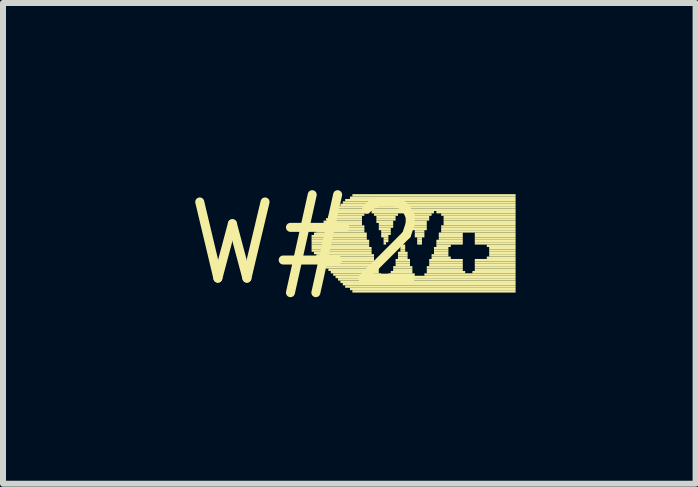
<source format=kicad_pcb>
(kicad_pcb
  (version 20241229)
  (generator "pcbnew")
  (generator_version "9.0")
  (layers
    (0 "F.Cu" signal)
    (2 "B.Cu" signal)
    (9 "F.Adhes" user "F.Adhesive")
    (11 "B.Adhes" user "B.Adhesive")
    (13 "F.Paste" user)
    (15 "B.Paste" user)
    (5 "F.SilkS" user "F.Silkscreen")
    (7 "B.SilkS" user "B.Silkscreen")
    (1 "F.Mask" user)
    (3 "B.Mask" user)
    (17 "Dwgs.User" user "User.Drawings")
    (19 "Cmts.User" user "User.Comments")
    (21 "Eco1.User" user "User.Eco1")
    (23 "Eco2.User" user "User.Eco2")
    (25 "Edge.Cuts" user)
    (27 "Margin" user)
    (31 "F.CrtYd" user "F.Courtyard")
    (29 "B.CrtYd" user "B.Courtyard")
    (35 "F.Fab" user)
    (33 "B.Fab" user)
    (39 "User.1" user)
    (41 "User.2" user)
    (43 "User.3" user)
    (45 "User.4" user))
  (footprint "W#2"
    (layer "F.Cu")
    (at 2.063 1.006)
    (property "Reference" "W#2" (at 0 0 0) (layer "F.SilkS") (effects (font (size 1.27 1.27) (thickness 0.15))))
    (fp_poly (pts (xy 0.08 -0.1) (xy 1 -0.1) (xy 1 -0.14) (xy 0.08 -0.14)) (stroke (width 0) (type default)) (fill yes) (layer "F.SilkS"))
    (fp_poly (pts (xy 0.08 -0.06) (xy 1 -0.06) (xy 1 -0.1) (xy 0.08 -0.1)) (stroke (width 0) (type default)) (fill yes) (layer "F.SilkS"))
    (fp_poly (pts (xy 0.08 -0.02) (xy 1.04 -0.02) (xy 1.04 -0.06) (xy 0.08 -0.06)) (stroke (width 0) (type default)) (fill yes) (layer "F.SilkS"))
    (fp_poly (pts (xy 0.08 0.02) (xy 1.04 0.02) (xy 1.04 -0.02) (xy 0.08 -0.02)) (stroke (width 0) (type default)) (fill yes) (layer "F.SilkS"))
    (fp_poly (pts (xy 0.08 0.06) (xy 1.04 0.06) (xy 1.04 0.02) (xy 0.08 0.02)) (stroke (width 0) (type default)) (fill yes) (layer "F.SilkS"))
    (fp_poly (pts (xy 0.08 0.1) (xy 1.08 0.1) (xy 1.08 0.06) (xy 0.08 0.06)) (stroke (width 0) (type default)) (fill yes) (layer "F.SilkS"))
    (fp_poly (pts (xy 0.08 0.14) (xy 1.08 0.14) (xy 1.08 0.1) (xy 0.08 0.1)) (stroke (width 0) (type default)) (fill yes) (layer "F.SilkS"))
    (fp_poly (pts (xy 0.12 -0.14) (xy 1 -0.14) (xy 1 -0.18) (xy 0.12 -0.18)) (stroke (width 0) (type default)) (fill yes) (layer "F.SilkS"))
    (fp_poly (pts (xy 0.12 0.18) (xy 1.08 0.18) (xy 1.08 0.14) (xy 0.12 0.14)) (stroke (width 0) (type default)) (fill yes) (layer "F.SilkS"))
    (fp_poly (pts (xy 0.16 -0.22) (xy 0.96 -0.22) (xy 0.96 -0.26) (xy 0.16 -0.26)) (stroke (width 0) (type default)) (fill yes) (layer "F.SilkS"))
    (fp_poly (pts (xy 0.16 -0.18) (xy 0.96 -0.18) (xy 0.96 -0.22) (xy 0.16 -0.22)) (stroke (width 0) (type default)) (fill yes) (layer "F.SilkS"))
    (fp_poly (pts (xy 0.16 0.22) (xy 1.12 0.22) (xy 1.12 0.18) (xy 0.16 0.18)) (stroke (width 0) (type default)) (fill yes) (layer "F.SilkS"))
    (fp_poly (pts (xy 0.16 0.26) (xy 1.12 0.26) (xy 1.12 0.22) (xy 0.16 0.22)) (stroke (width 0) (type default)) (fill yes) (layer "F.SilkS"))
    (fp_poly (pts (xy 0.2 -0.26) (xy 0.96 -0.26) (xy 0.96 -0.3) (xy 0.2 -0.3)) (stroke (width 0) (type default)) (fill yes) (layer "F.SilkS"))
    (fp_poly (pts (xy 0.2 0.3) (xy 1.12 0.3) (xy 1.12 0.26) (xy 0.2 0.26)) (stroke (width 0) (type default)) (fill yes) (layer "F.SilkS"))
    (fp_poly (pts (xy 0.24 -0.3) (xy 0.92 -0.3) (xy 0.92 -0.34) (xy 0.24 -0.34)) (stroke (width 0) (type default)) (fill yes) (layer "F.SilkS"))
    (fp_poly (pts (xy 0.24 0.34) (xy 1.16 0.34) (xy 1.16 0.3) (xy 0.24 0.3)) (stroke (width 0) (type default)) (fill yes) (layer "F.SilkS"))
    (fp_poly (pts (xy 0.28 -0.34) (xy 0.92 -0.34) (xy 0.92 -0.38) (xy 0.28 -0.38)) (stroke (width 0) (type default)) (fill yes) (layer "F.SilkS"))
    (fp_poly (pts (xy 0.28 0.38) (xy 1.16 0.38) (xy 1.16 0.34) (xy 0.28 0.34)) (stroke (width 0) (type default)) (fill yes) (layer "F.SilkS"))
    (fp_poly (pts (xy 0.32 -0.38) (xy 0.92 -0.38) (xy 0.92 -0.42) (xy 0.32 -0.42)) (stroke (width 0) (type default)) (fill yes) (layer "F.SilkS"))
    (fp_poly (pts (xy 0.32 0.42) (xy 1.2 0.42) (xy 1.2 0.38) (xy 0.32 0.38)) (stroke (width 0) (type default)) (fill yes) (layer "F.SilkS"))
    (fp_poly (pts (xy 0.36 -0.42) (xy 0.92 -0.42) (xy 0.92 -0.46) (xy 0.36 -0.46)) (stroke (width 0) (type default)) (fill yes) (layer "F.SilkS"))
    (fp_poly (pts (xy 0.36 0.46) (xy 1.2 0.46) (xy 1.2 0.42) (xy 0.36 0.42)) (stroke (width 0) (type default)) (fill yes) (layer "F.SilkS"))
    (fp_poly (pts (xy 0.4 -0.46) (xy 0.96 -0.46) (xy 0.96 -0.5) (xy 0.4 -0.5)) (stroke (width 0) (type default)) (fill yes) (layer "F.SilkS"))
    (fp_poly (pts (xy 0.4 0.5) (xy 1.2 0.5) (xy 1.2 0.46) (xy 0.4 0.46)) (stroke (width 0) (type default)) (fill yes) (layer "F.SilkS"))
    (fp_poly (pts (xy 0.44 -0.5) (xy 1.04 -0.5) (xy 1.04 -0.54) (xy 0.44 -0.54)) (stroke (width 0) (type default)) (fill yes) (layer "F.SilkS"))
    (fp_poly (pts (xy 0.44 0.54) (xy 1.24 0.54) (xy 1.24 0.5) (xy 0.44 0.5)) (stroke (width 0) (type default)) (fill yes) (layer "F.SilkS"))
    (fp_poly (pts (xy 0.48 -0.54) (xy 3.48 -0.54) (xy 3.48 -0.58) (xy 0.48 -0.58)) (stroke (width 0) (type default)) (fill yes) (layer "F.SilkS"))
    (fp_poly (pts (xy 0.48 0.58) (xy 3.48 0.58) (xy 3.48 0.54) (xy 0.48 0.54)) (stroke (width 0) (type default)) (fill yes) (layer "F.SilkS"))
    (fp_poly (pts (xy 0.52 -0.58) (xy 3.48 -0.58) (xy 3.48 -0.62) (xy 0.52 -0.62)) (stroke (width 0) (type default)) (fill yes) (layer "F.SilkS"))
    (fp_poly (pts (xy 0.52 0.62) (xy 3.48 0.62) (xy 3.48 0.58) (xy 0.52 0.58)) (stroke (width 0) (type default)) (fill yes) (layer "F.SilkS"))
    (fp_poly (pts (xy 0.56 -0.62) (xy 3.48 -0.62) (xy 3.48 -0.66) (xy 0.56 -0.66)) (stroke (width 0) (type default)) (fill yes) (layer "F.SilkS"))
    (fp_poly (pts (xy 0.56 0.66) (xy 3.48 0.66) (xy 3.48 0.62) (xy 0.56 0.62)) (stroke (width 0) (type default)) (fill yes) (layer "F.SilkS"))
    (fp_poly (pts (xy 0.6 -0.66) (xy 3.48 -0.66) (xy 3.48 -0.7) (xy 0.6 -0.7)) (stroke (width 0) (type default)) (fill yes) (layer "F.SilkS"))
    (fp_poly (pts (xy 0.6 0.7) (xy 3.48 0.7) (xy 3.48 0.66) (xy 0.6 0.66)) (stroke (width 0) (type default)) (fill yes) (layer "F.SilkS"))
    (fp_poly (pts (xy 0.64 -0.7) (xy 3.48 -0.7) (xy 3.48 -0.74) (xy 0.64 -0.74)) (stroke (width 0) (type default)) (fill yes) (layer "F.SilkS"))
    (fp_poly (pts (xy 0.64 0.74) (xy 3.48 0.74) (xy 3.48 0.7) (xy 0.64 0.7)) (stroke (width 0) (type default)) (fill yes) (layer "F.SilkS"))
    (fp_poly (pts (xy 0.72 -0.74) (xy 3.48 -0.74) (xy 3.48 -0.78) (xy 0.72 -0.78)) (stroke (width 0) (type default)) (fill yes) (layer "F.SilkS"))
    (fp_poly (pts (xy 0.72 0.78) (xy 3.48 0.78) (xy 3.48 0.74) (xy 0.72 0.74)) (stroke (width 0) (type default)) (fill yes) (layer "F.SilkS"))
    (fp_poly (pts (xy 0.76 -0.78) (xy 3.48 -0.78) (xy 3.48 -0.82) (xy 0.76 -0.82)) (stroke (width 0) (type default)) (fill yes) (layer "F.SilkS"))
    (fp_poly (pts (xy 0.76 0.82) (xy 3.48 0.82) (xy 3.48 0.78) (xy 0.76 0.78)) (stroke (width 0) (type default)) (fill yes) (layer "F.SilkS"))
    (fp_poly (pts (xy 1.08 -0.5) (xy 2.12 -0.5) (xy 2.12 -0.54) (xy 1.08 -0.54)) (stroke (width 0) (type default)) (fill yes) (layer "F.SilkS"))
    (fp_poly (pts (xy 1.12 -0.46) (xy 1.52 -0.46) (xy 1.52 -0.5) (xy 1.12 -0.5)) (stroke (width 0) (type default)) (fill yes) (layer "F.SilkS"))
    (fp_poly (pts (xy 1.16 -0.42) (xy 1.48 -0.42) (xy 1.48 -0.46) (xy 1.16 -0.46)) (stroke (width 0) (type default)) (fill yes) (layer "F.SilkS"))
    (fp_poly (pts (xy 1.16 -0.38) (xy 1.48 -0.38) (xy 1.48 -0.42) (xy 1.16 -0.42)) (stroke (width 0) (type default)) (fill yes) (layer "F.SilkS"))
    (fp_poly (pts (xy 1.16 -0.34) (xy 1.44 -0.34) (xy 1.44 -0.38) (xy 1.16 -0.38)) (stroke (width 0) (type default)) (fill yes) (layer "F.SilkS"))
    (fp_poly (pts (xy 1.2 -0.3) (xy 1.44 -0.3) (xy 1.44 -0.34) (xy 1.2 -0.34)) (stroke (width 0) (type default)) (fill yes) (layer "F.SilkS"))
    (fp_poly (pts (xy 1.2 -0.26) (xy 1.44 -0.26) (xy 1.44 -0.3) (xy 1.2 -0.3)) (stroke (width 0) (type default)) (fill yes) (layer "F.SilkS"))
    (fp_poly (pts (xy 1.2 -0.22) (xy 1.4 -0.22) (xy 1.4 -0.26) (xy 1.2 -0.26)) (stroke (width 0) (type default)) (fill yes) (layer "F.SilkS"))
    (fp_poly (pts (xy 1.24 -0.18) (xy 1.4 -0.18) (xy 1.4 -0.22) (xy 1.24 -0.22)) (stroke (width 0) (type default)) (fill yes) (layer "F.SilkS"))
    (fp_poly (pts (xy 1.24 -0.14) (xy 1.4 -0.14) (xy 1.4 -0.18) (xy 1.24 -0.18)) (stroke (width 0) (type default)) (fill yes) (layer "F.SilkS"))
    (fp_poly (pts (xy 1.24 -0.1) (xy 1.36 -0.1) (xy 1.36 -0.14) (xy 1.24 -0.14)) (stroke (width 0) (type default)) (fill yes) (layer "F.SilkS"))
    (fp_poly (pts (xy 1.28 -0.06) (xy 1.36 -0.06) (xy 1.36 -0.1) (xy 1.28 -0.1)) (stroke (width 0) (type default)) (fill yes) (layer "F.SilkS"))
    (fp_poly (pts (xy 1.28 -0.02) (xy 1.36 -0.02) (xy 1.36 -0.06) (xy 1.28 -0.06)) (stroke (width 0) (type default)) (fill yes) (layer "F.SilkS"))
    (fp_poly (pts (xy 1.28 0.02) (xy 1.32 0.02) (xy 1.32 -0.02) (xy 1.28 -0.02)) (stroke (width 0) (type default)) (fill yes) (layer "F.SilkS"))
    (fp_poly (pts (xy 1.36 0.54) (xy 1.8 0.54) (xy 1.8 0.5) (xy 1.36 0.5)) (stroke (width 0) (type default)) (fill yes) (layer "F.SilkS"))
    (fp_poly (pts (xy 1.4 0.5) (xy 1.76 0.5) (xy 1.76 0.46) (xy 1.4 0.46)) (stroke (width 0) (type default)) (fill yes) (layer "F.SilkS"))
    (fp_poly (pts (xy 1.44 0.42) (xy 1.76 0.42) (xy 1.76 0.38) (xy 1.44 0.38)) (stroke (width 0) (type default)) (fill yes) (layer "F.SilkS"))
    (fp_poly (pts (xy 1.44 0.46) (xy 1.76 0.46) (xy 1.76 0.42) (xy 1.44 0.42)) (stroke (width 0) (type default)) (fill yes) (layer "F.SilkS"))
    (fp_poly (pts (xy 1.48 0.3) (xy 1.72 0.3) (xy 1.72 0.26) (xy 1.48 0.26)) (stroke (width 0) (type default)) (fill yes) (layer "F.SilkS"))
    (fp_poly (pts (xy 1.48 0.34) (xy 1.72 0.34) (xy 1.72 0.3) (xy 1.48 0.3)) (stroke (width 0) (type default)) (fill yes) (layer "F.SilkS"))
    (fp_poly (pts (xy 1.48 0.38) (xy 1.72 0.38) (xy 1.72 0.34) (xy 1.48 0.34)) (stroke (width 0) (type default)) (fill yes) (layer "F.SilkS"))
    (fp_poly (pts (xy 1.52 0.18) (xy 1.68 0.18) (xy 1.68 0.14) (xy 1.52 0.14)) (stroke (width 0) (type default)) (fill yes) (layer "F.SilkS"))
    (fp_poly (pts (xy 1.52 0.22) (xy 1.68 0.22) (xy 1.68 0.18) (xy 1.52 0.18)) (stroke (width 0) (type default)) (fill yes) (layer "F.SilkS"))
    (fp_poly (pts (xy 1.52 0.26) (xy 1.68 0.26) (xy 1.68 0.22) (xy 1.52 0.22)) (stroke (width 0) (type default)) (fill yes) (layer "F.SilkS"))
    (fp_poly (pts (xy 1.56 0.06) (xy 1.64 0.06) (xy 1.64 0.02) (xy 1.56 0.02)) (stroke (width 0) (type default)) (fill yes) (layer "F.SilkS"))
    (fp_poly (pts (xy 1.56 0.1) (xy 1.64 0.1) (xy 1.64 0.06) (xy 1.56 0.06)) (stroke (width 0) (type default)) (fill yes) (layer "F.SilkS"))
    (fp_poly (pts (xy 1.56 0.14) (xy 1.64 0.14) (xy 1.64 0.1) (xy 1.56 0.1)) (stroke (width 0) (type default)) (fill yes) (layer "F.SilkS"))
    (fp_poly (pts (xy 1.68 -0.46) (xy 2.08 -0.46) (xy 2.08 -0.5) (xy 1.68 -0.5)) (stroke (width 0) (type default)) (fill yes) (layer "F.SilkS"))
    (fp_poly (pts (xy 1.72 -0.42) (xy 2.04 -0.42) (xy 2.04 -0.46) (xy 1.72 -0.46)) (stroke (width 0) (type default)) (fill yes) (layer "F.SilkS"))
    (fp_poly (pts (xy 1.72 -0.38) (xy 2.04 -0.38) (xy 2.04 -0.42) (xy 1.72 -0.42)) (stroke (width 0) (type default)) (fill yes) (layer "F.SilkS"))
    (fp_poly (pts (xy 1.72 -0.34) (xy 2 -0.34) (xy 2 -0.38) (xy 1.72 -0.38)) (stroke (width 0) (type default)) (fill yes) (layer "F.SilkS"))
    (fp_poly (pts (xy 1.76 -0.3) (xy 2 -0.3) (xy 2 -0.34) (xy 1.76 -0.34)) (stroke (width 0) (type default)) (fill yes) (layer "F.SilkS"))
    (fp_poly (pts (xy 1.76 -0.26) (xy 2 -0.26) (xy 2 -0.3) (xy 1.76 -0.3)) (stroke (width 0) (type default)) (fill yes) (layer "F.SilkS"))
    (fp_poly (pts (xy 1.76 -0.22) (xy 2 -0.22) (xy 2 -0.26) (xy 1.76 -0.26)) (stroke (width 0) (type default)) (fill yes) (layer "F.SilkS"))
    (fp_poly (pts (xy 1.8 -0.18) (xy 1.96 -0.18) (xy 1.96 -0.22) (xy 1.8 -0.22)) (stroke (width 0) (type default)) (fill yes) (layer "F.SilkS"))
    (fp_poly (pts (xy 1.8 -0.14) (xy 1.96 -0.14) (xy 1.96 -0.18) (xy 1.8 -0.18)) (stroke (width 0) (type default)) (fill yes) (layer "F.SilkS"))
    (fp_poly (pts (xy 1.8 -0.1) (xy 1.96 -0.1) (xy 1.96 -0.14) (xy 1.8 -0.14)) (stroke (width 0) (type default)) (fill yes) (layer "F.SilkS"))
    (fp_poly (pts (xy 1.84 -0.06) (xy 1.92 -0.06) (xy 1.92 -0.1) (xy 1.84 -0.1)) (stroke (width 0) (type default)) (fill yes) (layer "F.SilkS"))
    (fp_poly (pts (xy 1.84 -0.02) (xy 1.92 -0.02) (xy 1.92 -0.06) (xy 1.84 -0.06)) (stroke (width 0) (type default)) (fill yes) (layer "F.SilkS"))
    (fp_poly (pts (xy 1.84 0.02) (xy 1.92 0.02) (xy 1.92 -0.02) (xy 1.84 -0.02)) (stroke (width 0) (type default)) (fill yes) (layer "F.SilkS"))
    (fp_poly (pts (xy 1.96 0.54) (xy 3.48 0.54) (xy 3.48 0.5) (xy 1.96 0.5)) (stroke (width 0) (type default)) (fill yes) (layer "F.SilkS"))
    (fp_poly (pts (xy 2 0.42) (xy 2.6 0.42) (xy 2.6 0.38) (xy 2 0.38)) (stroke (width 0) (type default)) (fill yes) (layer "F.SilkS"))
    (fp_poly (pts (xy 2 0.46) (xy 2.6 0.46) (xy 2.6 0.42) (xy 2 0.42)) (stroke (width 0) (type default)) (fill yes) (layer "F.SilkS"))
    (fp_poly (pts (xy 2 0.5) (xy 2.64 0.5) (xy 2.64 0.46) (xy 2 0.46)) (stroke (width 0) (type default)) (fill yes) (layer "F.SilkS"))
    (fp_poly (pts (xy 2.04 0.3) (xy 2.6 0.3) (xy 2.6 0.26) (xy 2.04 0.26)) (stroke (width 0) (type default)) (fill yes) (layer "F.SilkS"))
    (fp_poly (pts (xy 2.04 0.34) (xy 2.6 0.34) (xy 2.6 0.3) (xy 2.04 0.3)) (stroke (width 0) (type default)) (fill yes) (layer "F.SilkS"))
    (fp_poly (pts (xy 2.04 0.38) (xy 2.6 0.38) (xy 2.6 0.34) (xy 2.04 0.34)) (stroke (width 0) (type default)) (fill yes) (layer "F.SilkS"))
    (fp_poly (pts (xy 2.08 0.22) (xy 2.36 0.22) (xy 2.36 0.18) (xy 2.08 0.18)) (stroke (width 0) (type default)) (fill yes) (layer "F.SilkS"))
    (fp_poly (pts (xy 2.08 0.26) (xy 2.4 0.26) (xy 2.4 0.22) (xy 2.08 0.22)) (stroke (width 0) (type default)) (fill yes) (layer "F.SilkS"))
    (fp_poly (pts (xy 2.12 0.1) (xy 2.36 0.1) (xy 2.36 0.06) (xy 2.12 0.06)) (stroke (width 0) (type default)) (fill yes) (layer "F.SilkS"))
    (fp_poly (pts (xy 2.12 0.14) (xy 2.36 0.14) (xy 2.36 0.1) (xy 2.12 0.1)) (stroke (width 0) (type default)) (fill yes) (layer "F.SilkS"))
    (fp_poly (pts (xy 2.12 0.18) (xy 2.36 0.18) (xy 2.36 0.14) (xy 2.12 0.14)) (stroke (width 0) (type default)) (fill yes) (layer "F.SilkS"))
    (fp_poly (pts (xy 2.16 -0.5) (xy 3.48 -0.5) (xy 3.48 -0.54) (xy 2.16 -0.54)) (stroke (width 0) (type default)) (fill yes) (layer "F.SilkS"))
    (fp_poly (pts (xy 2.16 -0.02) (xy 2.6 -0.02) (xy 2.6 -0.06) (xy 2.16 -0.06)) (stroke (width 0) (type default)) (fill yes) (layer "F.SilkS"))
    (fp_poly (pts (xy 2.16 0.02) (xy 2.6 0.02) (xy 2.6 -0.02) (xy 2.16 -0.02)) (stroke (width 0) (type default)) (fill yes) (layer "F.SilkS"))
    (fp_poly (pts (xy 2.16 0.06) (xy 2.4 0.06) (xy 2.4 0.02) (xy 2.16 0.02)) (stroke (width 0) (type default)) (fill yes) (layer "F.SilkS"))
    (fp_poly (pts (xy 2.2 -0.14) (xy 2.6 -0.14) (xy 2.6 -0.18) (xy 2.2 -0.18)) (stroke (width 0) (type default)) (fill yes) (layer "F.SilkS"))
    (fp_poly (pts (xy 2.2 -0.1) (xy 2.6 -0.1) (xy 2.6 -0.14) (xy 2.2 -0.14)) (stroke (width 0) (type default)) (fill yes) (layer "F.SilkS"))
    (fp_poly (pts (xy 2.2 -0.06) (xy 2.6 -0.06) (xy 2.6 -0.1) (xy 2.2 -0.1)) (stroke (width 0) (type default)) (fill yes) (layer "F.SilkS"))
    (fp_poly (pts (xy 2.24 -0.46) (xy 3.48 -0.46) (xy 3.48 -0.5) (xy 2.24 -0.5)) (stroke (width 0) (type default)) (fill yes) (layer "F.SilkS"))
    (fp_poly (pts (xy 2.24 -0.26) (xy 3.48 -0.26) (xy 3.48 -0.3) (xy 2.24 -0.3)) (stroke (width 0) (type default)) (fill yes) (layer "F.SilkS"))
    (fp_poly (pts (xy 2.24 -0.22) (xy 3.48 -0.22) (xy 3.48 -0.26) (xy 2.24 -0.26)) (stroke (width 0) (type default)) (fill yes) (layer "F.SilkS"))
    (fp_poly (pts (xy 2.24 -0.18) (xy 3.48 -0.18) (xy 3.48 -0.22) (xy 2.24 -0.22)) (stroke (width 0) (type default)) (fill yes) (layer "F.SilkS"))
    (fp_poly (pts (xy 2.28 -0.42) (xy 3.48 -0.42) (xy 3.48 -0.46) (xy 2.28 -0.46)) (stroke (width 0) (type default)) (fill yes) (layer "F.SilkS"))
    (fp_poly (pts (xy 2.28 -0.38) (xy 3.48 -0.38) (xy 3.48 -0.42) (xy 2.28 -0.42)) (stroke (width 0) (type default)) (fill yes) (layer "F.SilkS"))
    (fp_poly (pts (xy 2.28 -0.34) (xy 3.48 -0.34) (xy 3.48 -0.38) (xy 2.28 -0.38)) (stroke (width 0) (type default)) (fill yes) (layer "F.SilkS"))
    (fp_poly (pts (xy 2.28 -0.3) (xy 3.48 -0.3) (xy 3.48 -0.34) (xy 2.28 -0.34)) (stroke (width 0) (type default)) (fill yes) (layer "F.SilkS"))
    (fp_poly (pts (xy 2.76 0.5) (xy 3.48 0.5) (xy 3.48 0.46) (xy 2.76 0.46)) (stroke (width 0) (type default)) (fill yes) (layer "F.SilkS"))
    (fp_poly (pts (xy 2.8 -0.14) (xy 3.48 -0.14) (xy 3.48 -0.18) (xy 2.8 -0.18)) (stroke (width 0) (type default)) (fill yes) (layer "F.SilkS"))
    (fp_poly (pts (xy 2.8 -0.1) (xy 3.48 -0.1) (xy 3.48 -0.14) (xy 2.8 -0.14)) (stroke (width 0) (type default)) (fill yes) (layer "F.SilkS"))
    (fp_poly (pts (xy 2.8 -0.06) (xy 3.48 -0.06) (xy 3.48 -0.1) (xy 2.8 -0.1)) (stroke (width 0) (type default)) (fill yes) (layer "F.SilkS"))
    (fp_poly (pts (xy 2.8 -0.02) (xy 3.48 -0.02) (xy 3.48 -0.06) (xy 2.8 -0.06)) (stroke (width 0) (type default)) (fill yes) (layer "F.SilkS"))
    (fp_poly (pts (xy 2.8 0.02) (xy 3.48 0.02) (xy 3.48 -0.02) (xy 2.8 -0.02)) (stroke (width 0) (type default)) (fill yes) (layer "F.SilkS"))
    (fp_poly (pts (xy 2.8 0.3) (xy 3.48 0.3) (xy 3.48 0.26) (xy 2.8 0.26)) (stroke (width 0) (type default)) (fill yes) (layer "F.SilkS"))
    (fp_poly (pts (xy 2.8 0.34) (xy 3.48 0.34) (xy 3.48 0.3) (xy 2.8 0.3)) (stroke (width 0) (type default)) (fill yes) (layer "F.SilkS"))
    (fp_poly (pts (xy 2.8 0.38) (xy 3.48 0.38) (xy 3.48 0.34) (xy 2.8 0.34)) (stroke (width 0) (type default)) (fill yes) (layer "F.SilkS"))
    (fp_poly (pts (xy 2.8 0.42) (xy 3.48 0.42) (xy 3.48 0.38) (xy 2.8 0.38)) (stroke (width 0) (type default)) (fill yes) (layer "F.SilkS"))
    (fp_poly (pts (xy 2.8 0.46) (xy 3.48 0.46) (xy 3.48 0.42) (xy 2.8 0.42)) (stroke (width 0) (type default)) (fill yes) (layer "F.SilkS"))
    (fp_poly (pts (xy 3 0.06) (xy 3.48 0.06) (xy 3.48 0.02) (xy 3 0.02)) (stroke (width 0) (type default)) (fill yes) (layer "F.SilkS"))
    (fp_poly (pts (xy 3 0.26) (xy 3.48 0.26) (xy 3.48 0.22) (xy 3 0.22)) (stroke (width 0) (type default)) (fill yes) (layer "F.SilkS"))
    (fp_poly (pts (xy 3.04 0.1) (xy 3.48 0.1) (xy 3.48 0.06) (xy 3.04 0.06)) (stroke (width 0) (type default)) (fill yes) (layer "F.SilkS"))
    (fp_poly (pts (xy 3.04 0.14) (xy 3.48 0.14) (xy 3.48 0.1) (xy 3.04 0.1)) (stroke (width 0) (type default)) (fill yes) (layer "F.SilkS"))
    (fp_poly (pts (xy 3.04 0.18) (xy 3.48 0.18) (xy 3.48 0.14) (xy 3.04 0.14)) (stroke (width 0) (type default)) (fill yes) (layer "F.SilkS"))
    (fp_poly (pts (xy 3.04 0.22) (xy 3.48 0.22) (xy 3.48 0.18) (xy 3.04 0.18)) (stroke (width 0) (type default)) (fill yes) (layer "F.SilkS")))
  (gr_rect
    (start -3 -3)
    (end 8.543 5.012)
    (stroke (width 0.1) (type default))
    (fill no)
    (layer "Edge.Cuts")))
</source>
